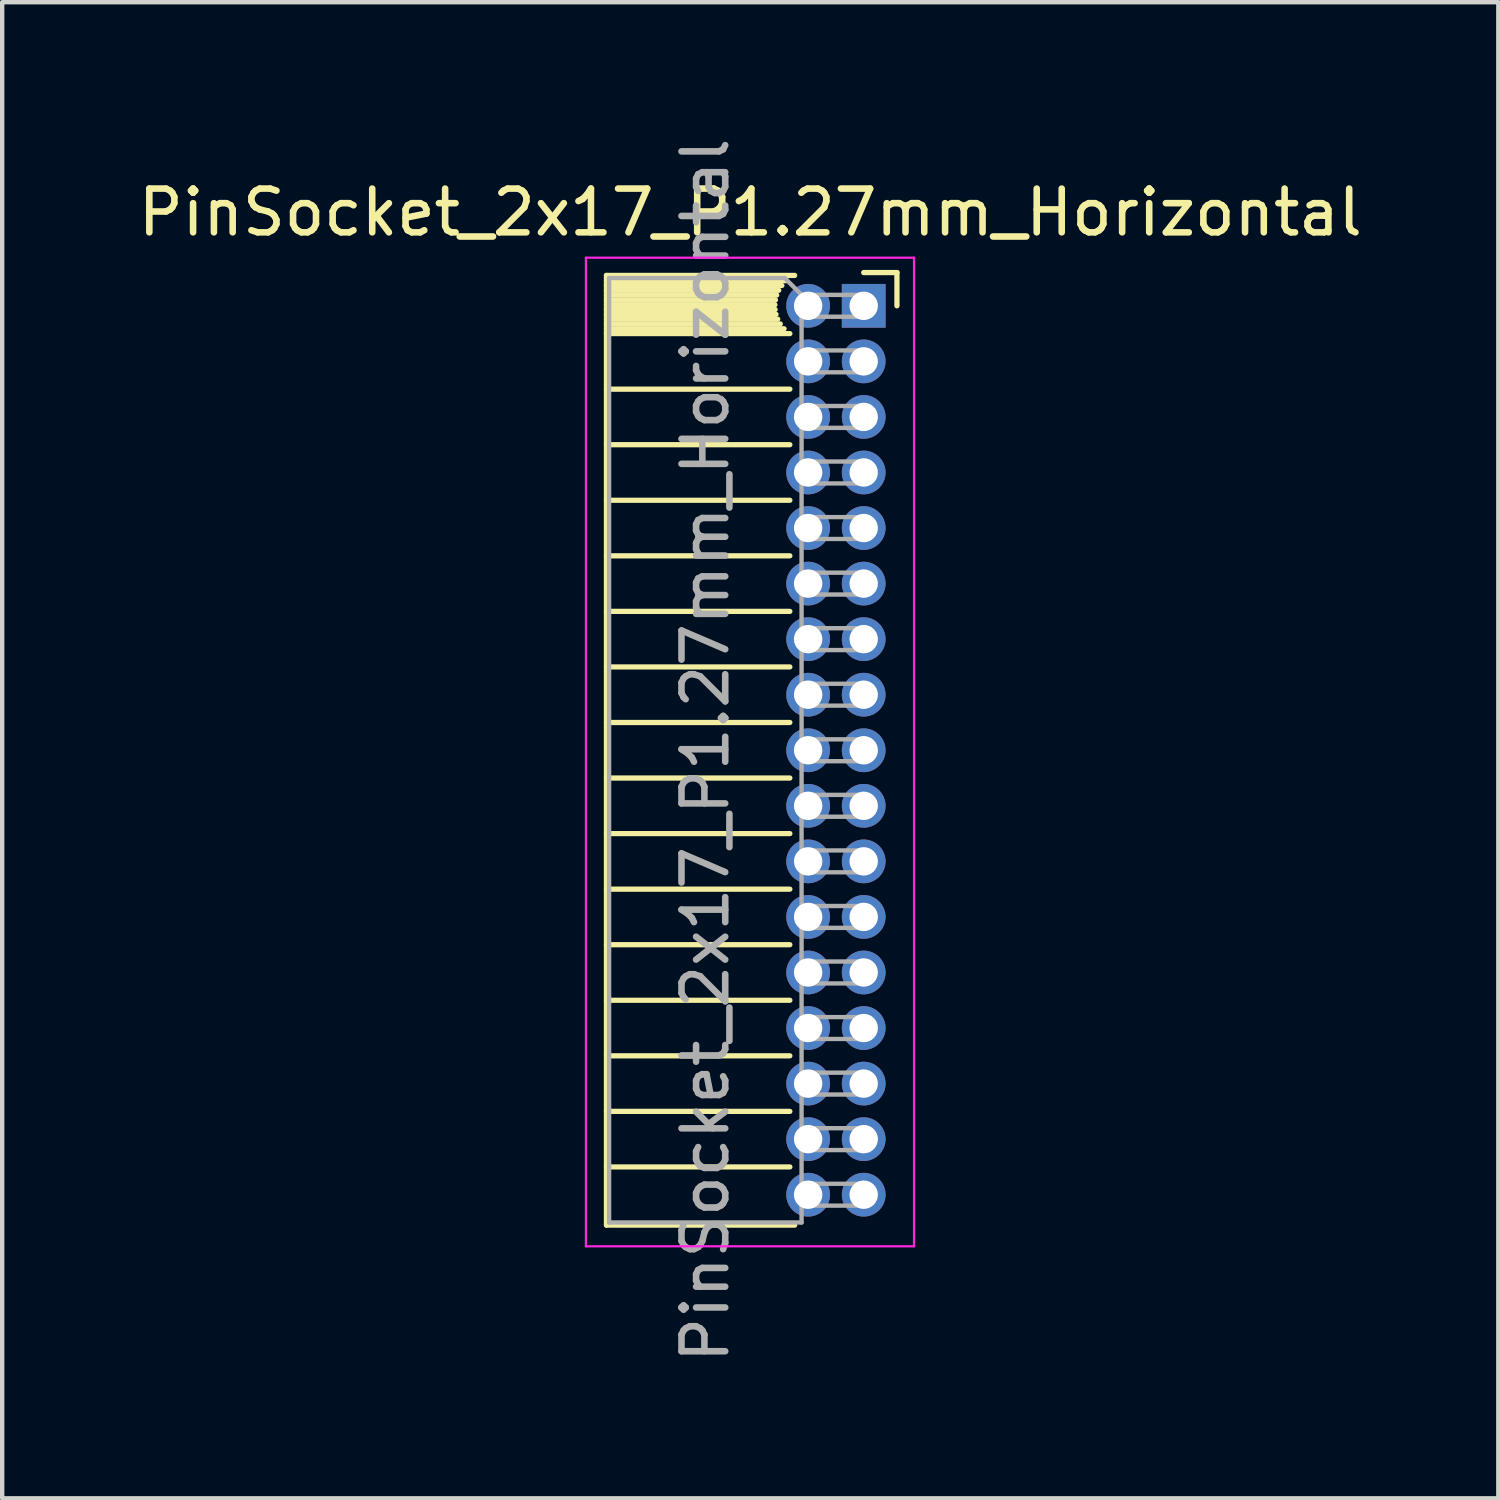
<source format=kicad_pcb>
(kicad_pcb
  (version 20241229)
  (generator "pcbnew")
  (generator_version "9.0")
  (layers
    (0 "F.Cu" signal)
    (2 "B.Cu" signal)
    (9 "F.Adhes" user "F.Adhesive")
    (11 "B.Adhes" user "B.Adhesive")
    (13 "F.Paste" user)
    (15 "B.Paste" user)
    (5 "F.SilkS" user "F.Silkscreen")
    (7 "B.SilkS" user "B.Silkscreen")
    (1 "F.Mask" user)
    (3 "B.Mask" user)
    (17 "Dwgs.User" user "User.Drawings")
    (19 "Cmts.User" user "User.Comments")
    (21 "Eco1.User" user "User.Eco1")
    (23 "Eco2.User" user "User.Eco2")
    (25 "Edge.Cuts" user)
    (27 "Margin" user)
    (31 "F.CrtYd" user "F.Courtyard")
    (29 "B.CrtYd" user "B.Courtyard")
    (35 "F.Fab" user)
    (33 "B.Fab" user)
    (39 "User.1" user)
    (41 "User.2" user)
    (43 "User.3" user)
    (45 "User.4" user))
  (footprint "PinSocket_2x17_P1.27mm_Horizontal"
    (layer "F.Cu")
    (at 16.694 3.941)
    (property "Reference" "PinSocket_2x17_P1.27mm_Horizontal" (at -2.592 -2.135 0) (layer "F.SilkS") (effects (font (size 1 1) (thickness 0.15))))
    (attr through_hole)
    (fp_line (start -5.88 -0.695) (end -5.88 21.015) (stroke (width 0.12) (type solid)) (layer "F.SilkS"))
    (fp_line (start -5.88 -0.695) (end -1.578 -0.695) (stroke (width 0.12) (type solid)) (layer "F.SilkS"))
    (fp_line (start -5.88 -0.575) (end -1.767 -0.575) (stroke (width 0.12) (type solid)) (layer "F.SilkS"))
    (fp_line (start -5.88 -0.465) (end -1.871 -0.465) (stroke (width 0.12) (type solid)) (layer "F.SilkS"))
    (fp_line (start -5.88 -0.355) (end -1.942 -0.355) (stroke (width 0.12) (type solid)) (layer "F.SilkS"))
    (fp_line (start -5.88 -0.245) (end -1.989 -0.245) (stroke (width 0.12) (type solid)) (layer "F.SilkS"))
    (fp_line (start -5.88 -0.135) (end -2.018 -0.135) (stroke (width 0.12) (type solid)) (layer "F.SilkS"))
    (fp_line (start -5.88 -0.025) (end -2.03 -0.025) (stroke (width 0.12) (type solid)) (layer "F.SilkS"))
    (fp_line (start -5.88 0.085) (end -2.025 0.085) (stroke (width 0.12) (type solid)) (layer "F.SilkS"))
    (fp_line (start -5.88 0.195) (end -2.005 0.195) (stroke (width 0.12) (type solid)) (layer "F.SilkS"))
    (fp_line (start -5.88 0.305) (end -1.966 0.305) (stroke (width 0.12) (type solid)) (layer "F.SilkS"))
    (fp_line (start -5.88 0.415) (end -1.907 0.415) (stroke (width 0.12) (type solid)) (layer "F.SilkS"))
    (fp_line (start -5.88 0.525) (end -1.82 0.525) (stroke (width 0.12) (type solid)) (layer "F.SilkS"))
    (fp_line (start -5.88 0.635) (end -1.688 0.635) (stroke (width 0.12) (type solid)) (layer "F.SilkS"))
    (fp_line (start -5.88 1.905) (end -1.688 1.905) (stroke (width 0.12) (type solid)) (layer "F.SilkS"))
    (fp_line (start -5.88 3.175) (end -1.688 3.175) (stroke (width 0.12) (type solid)) (layer "F.SilkS"))
    (fp_line (start -5.88 4.445) (end -1.688 4.445) (stroke (width 0.12) (type solid)) (layer "F.SilkS"))
    (fp_line (start -5.88 5.715) (end -1.688 5.715) (stroke (width 0.12) (type solid)) (layer "F.SilkS"))
    (fp_line (start -5.88 6.985) (end -1.688 6.985) (stroke (width 0.12) (type solid)) (layer "F.SilkS"))
    (fp_line (start -5.88 8.255) (end -1.688 8.255) (stroke (width 0.12) (type solid)) (layer "F.SilkS"))
    (fp_line (start -5.88 9.525) (end -1.688 9.525) (stroke (width 0.12) (type solid)) (layer "F.SilkS"))
    (fp_line (start -5.88 10.795) (end -1.688 10.795) (stroke (width 0.12) (type solid)) (layer "F.SilkS"))
    (fp_line (start -5.88 12.065) (end -1.688 12.065) (stroke (width 0.12) (type solid)) (layer "F.SilkS"))
    (fp_line (start -5.88 13.335) (end -1.688 13.335) (stroke (width 0.12) (type solid)) (layer "F.SilkS"))
    (fp_line (start -5.88 14.605) (end -1.688 14.605) (stroke (width 0.12) (type solid)) (layer "F.SilkS"))
    (fp_line (start -5.88 15.875) (end -1.688 15.875) (stroke (width 0.12) (type solid)) (layer "F.SilkS"))
    (fp_line (start -5.88 17.145) (end -1.688 17.145) (stroke (width 0.12) (type solid)) (layer "F.SilkS"))
    (fp_line (start -5.88 18.415) (end -1.688 18.415) (stroke (width 0.12) (type solid)) (layer "F.SilkS"))
    (fp_line (start -5.88 19.685) (end -1.688 19.685) (stroke (width 0.12) (type solid)) (layer "F.SilkS"))
    (fp_line (start -5.88 21.015) (end -1.578 21.015) (stroke (width 0.12) (type solid)) (layer "F.SilkS"))
    (fp_line (start 0 -0.76) (end 0.76 -0.76) (stroke (width 0.12) (type solid)) (layer "F.SilkS"))
    (fp_line (start 0.76 -0.76) (end 0.76 0) (stroke (width 0.12) (type solid)) (layer "F.SilkS"))
    (fp_line (start -6.35 -1.1) (end -6.35 21.5) (stroke (width 0.05) (type solid)) (layer "F.CrtYd"))
    (fp_line (start -6.35 21.5) (end 1.15 21.5) (stroke (width 0.05) (type solid)) (layer "F.CrtYd"))
    (fp_line (start 1.15 -1.1) (end -6.35 -1.1) (stroke (width 0.05) (type solid)) (layer "F.CrtYd"))
    (fp_line (start 1.15 21.5) (end 1.15 -1.1) (stroke (width 0.05) (type solid)) (layer "F.CrtYd"))
    (fp_line (start -5.82 -0.635) (end -1.805 -0.635) (stroke (width 0.1) (type solid)) (layer "F.Fab"))
    (fp_line (start -5.82 20.955) (end -5.82 -0.635) (stroke (width 0.1) (type solid)) (layer "F.Fab"))
    (fp_line (start -1.805 -0.635) (end -1.42 -0.25) (stroke (width 0.1) (type solid)) (layer "F.Fab"))
    (fp_line (start -1.42 -0.25) (end -1.42 20.955) (stroke (width 0.1) (type solid)) (layer "F.Fab"))
    (fp_line (start -1.42 0.25) (end 0 0.25) (stroke (width 0.1) (type solid)) (layer "F.Fab"))
    (fp_line (start -1.42 1.52) (end 0 1.52) (stroke (width 0.1) (type solid)) (layer "F.Fab"))
    (fp_line (start -1.42 2.79) (end 0 2.79) (stroke (width 0.1) (type solid)) (layer "F.Fab"))
    (fp_line (start -1.42 4.06) (end 0 4.06) (stroke (width 0.1) (type solid)) (layer "F.Fab"))
    (fp_line (start -1.42 5.33) (end 0 5.33) (stroke (width 0.1) (type solid)) (layer "F.Fab"))
    (fp_line (start -1.42 6.6) (end 0 6.6) (stroke (width 0.1) (type solid)) (layer "F.Fab"))
    (fp_line (start -1.42 7.87) (end 0 7.87) (stroke (width 0.1) (type solid)) (layer "F.Fab"))
    (fp_line (start -1.42 9.14) (end 0 9.14) (stroke (width 0.1) (type solid)) (layer "F.Fab"))
    (fp_line (start -1.42 10.41) (end 0 10.41) (stroke (width 0.1) (type solid)) (layer "F.Fab"))
    (fp_line (start -1.42 11.68) (end 0 11.68) (stroke (width 0.1) (type solid)) (layer "F.Fab"))
    (fp_line (start -1.42 12.95) (end 0 12.95) (stroke (width 0.1) (type solid)) (layer "F.Fab"))
    (fp_line (start -1.42 14.22) (end 0 14.22) (stroke (width 0.1) (type solid)) (layer "F.Fab"))
    (fp_line (start -1.42 15.49) (end 0 15.49) (stroke (width 0.1) (type solid)) (layer "F.Fab"))
    (fp_line (start -1.42 16.76) (end 0 16.76) (stroke (width 0.1) (type solid)) (layer "F.Fab"))
    (fp_line (start -1.42 18.03) (end 0 18.03) (stroke (width 0.1) (type solid)) (layer "F.Fab"))
    (fp_line (start -1.42 19.3) (end 0 19.3) (stroke (width 0.1) (type solid)) (layer "F.Fab"))
    (fp_line (start -1.42 20.57) (end 0 20.57) (stroke (width 0.1) (type solid)) (layer "F.Fab"))
    (fp_line (start -1.42 20.955) (end -5.82 20.955) (stroke (width 0.1) (type solid)) (layer "F.Fab"))
    (fp_line (start 0 -0.25) (end -1.42 -0.25) (stroke (width 0.1) (type solid)) (layer "F.Fab"))
    (fp_line (start 0 0.25) (end 0 -0.25) (stroke (width 0.1) (type solid)) (layer "F.Fab"))
    (fp_line (start 0 1.02) (end -1.42 1.02) (stroke (width 0.1) (type solid)) (layer "F.Fab"))
    (fp_line (start 0 1.52) (end 0 1.02) (stroke (width 0.1) (type solid)) (layer "F.Fab"))
    (fp_line (start 0 2.29) (end -1.42 2.29) (stroke (width 0.1) (type solid)) (layer "F.Fab"))
    (fp_line (start 0 2.79) (end 0 2.29) (stroke (width 0.1) (type solid)) (layer "F.Fab"))
    (fp_line (start 0 3.56) (end -1.42 3.56) (stroke (width 0.1) (type solid)) (layer "F.Fab"))
    (fp_line (start 0 4.06) (end 0 3.56) (stroke (width 0.1) (type solid)) (layer "F.Fab"))
    (fp_line (start 0 4.83) (end -1.42 4.83) (stroke (width 0.1) (type solid)) (layer "F.Fab"))
    (fp_line (start 0 5.33) (end 0 4.83) (stroke (width 0.1) (type solid)) (layer "F.Fab"))
    (fp_line (start 0 6.1) (end -1.42 6.1) (stroke (width 0.1) (type solid)) (layer "F.Fab"))
    (fp_line (start 0 6.6) (end 0 6.1) (stroke (width 0.1) (type solid)) (layer "F.Fab"))
    (fp_line (start 0 7.37) (end -1.42 7.37) (stroke (width 0.1) (type solid)) (layer "F.Fab"))
    (fp_line (start 0 7.87) (end 0 7.37) (stroke (width 0.1) (type solid)) (layer "F.Fab"))
    (fp_line (start 0 8.64) (end -1.42 8.64) (stroke (width 0.1) (type solid)) (layer "F.Fab"))
    (fp_line (start 0 9.14) (end 0 8.64) (stroke (width 0.1) (type solid)) (layer "F.Fab"))
    (fp_line (start 0 9.91) (end -1.42 9.91) (stroke (width 0.1) (type solid)) (layer "F.Fab"))
    (fp_line (start 0 10.41) (end 0 9.91) (stroke (width 0.1) (type solid)) (layer "F.Fab"))
    (fp_line (start 0 11.18) (end -1.42 11.18) (stroke (width 0.1) (type solid)) (layer "F.Fab"))
    (fp_line (start 0 11.68) (end 0 11.18) (stroke (width 0.1) (type solid)) (layer "F.Fab"))
    (fp_line (start 0 12.45) (end -1.42 12.45) (stroke (width 0.1) (type solid)) (layer "F.Fab"))
    (fp_line (start 0 12.95) (end 0 12.45) (stroke (width 0.1) (type solid)) (layer "F.Fab"))
    (fp_line (start 0 13.72) (end -1.42 13.72) (stroke (width 0.1) (type solid)) (layer "F.Fab"))
    (fp_line (start 0 14.22) (end 0 13.72) (stroke (width 0.1) (type solid)) (layer "F.Fab"))
    (fp_line (start 0 14.99) (end -1.42 14.99) (stroke (width 0.1) (type solid)) (layer "F.Fab"))
    (fp_line (start 0 15.49) (end 0 14.99) (stroke (width 0.1) (type solid)) (layer "F.Fab"))
    (fp_line (start 0 16.26) (end -1.42 16.26) (stroke (width 0.1) (type solid)) (layer "F.Fab"))
    (fp_line (start 0 16.76) (end 0 16.26) (stroke (width 0.1) (type solid)) (layer "F.Fab"))
    (fp_line (start 0 17.53) (end -1.42 17.53) (stroke (width 0.1) (type solid)) (layer "F.Fab"))
    (fp_line (start 0 18.03) (end 0 17.53) (stroke (width 0.1) (type solid)) (layer "F.Fab"))
    (fp_line (start 0 18.8) (end -1.42 18.8) (stroke (width 0.1) (type solid)) (layer "F.Fab"))
    (fp_line (start 0 19.3) (end 0 18.8) (stroke (width 0.1) (type solid)) (layer "F.Fab"))
    (fp_line (start 0 20.07) (end -1.42 20.07) (stroke (width 0.1) (type solid)) (layer "F.Fab"))
    (fp_line (start 0 20.57) (end 0 20.07) (stroke (width 0.1) (type solid)) (layer "F.Fab"))
    (fp_text user "${REFERENCE}" (at -3.62 10.16 90) (layer "F.Fab") (effects (font (size 1 1) (thickness 0.15))))
    (pad "1" thru_hole rect (at 0 0) (size 1 1) (drill 0.65) (layers "*.Cu" "*.Mask"))
    (pad "2" thru_hole oval (at -1.27 0) (size 1 1) (drill 0.65) (layers "*.Cu" "*.Mask"))
    (pad "3" thru_hole oval (at 0 1.27) (size 1 1) (drill 0.65) (layers "*.Cu" "*.Mask"))
    (pad "4" thru_hole oval (at -1.27 1.27) (size 1 1) (drill 0.65) (layers "*.Cu" "*.Mask"))
    (pad "5" thru_hole oval (at 0 2.54) (size 1 1) (drill 0.65) (layers "*.Cu" "*.Mask"))
    (pad "6" thru_hole oval (at -1.27 2.54) (size 1 1) (drill 0.65) (layers "*.Cu" "*.Mask"))
    (pad "7" thru_hole oval (at 0 3.81) (size 1 1) (drill 0.65) (layers "*.Cu" "*.Mask"))
    (pad "8" thru_hole oval (at -1.27 3.81) (size 1 1) (drill 0.65) (layers "*.Cu" "*.Mask"))
    (pad "9" thru_hole oval (at 0 5.08) (size 1 1) (drill 0.65) (layers "*.Cu" "*.Mask"))
    (pad "10" thru_hole oval (at -1.27 5.08) (size 1 1) (drill 0.65) (layers "*.Cu" "*.Mask"))
    (pad "11" thru_hole oval (at 0 6.35) (size 1 1) (drill 0.65) (layers "*.Cu" "*.Mask"))
    (pad "12" thru_hole oval (at -1.27 6.35) (size 1 1) (drill 0.65) (layers "*.Cu" "*.Mask"))
    (pad "13" thru_hole oval (at 0 7.62) (size 1 1) (drill 0.65) (layers "*.Cu" "*.Mask"))
    (pad "14" thru_hole oval (at -1.27 7.62) (size 1 1) (drill 0.65) (layers "*.Cu" "*.Mask"))
    (pad "15" thru_hole oval (at 0 8.89) (size 1 1) (drill 0.65) (layers "*.Cu" "*.Mask"))
    (pad "16" thru_hole oval (at -1.27 8.89) (size 1 1) (drill 0.65) (layers "*.Cu" "*.Mask"))
    (pad "17" thru_hole oval (at 0 10.16) (size 1 1) (drill 0.65) (layers "*.Cu" "*.Mask"))
    (pad "18" thru_hole oval (at -1.27 10.16) (size 1 1) (drill 0.65) (layers "*.Cu" "*.Mask"))
    (pad "19" thru_hole oval (at 0 11.43) (size 1 1) (drill 0.65) (layers "*.Cu" "*.Mask"))
    (pad "20" thru_hole oval (at -1.27 11.43) (size 1 1) (drill 0.65) (layers "*.Cu" "*.Mask"))
    (pad "21" thru_hole oval (at 0 12.7) (size 1 1) (drill 0.65) (layers "*.Cu" "*.Mask"))
    (pad "22" thru_hole oval (at -1.27 12.7) (size 1 1) (drill 0.65) (layers "*.Cu" "*.Mask"))
    (pad "23" thru_hole oval (at 0 13.97) (size 1 1) (drill 0.65) (layers "*.Cu" "*.Mask"))
    (pad "24" thru_hole oval (at -1.27 13.97) (size 1 1) (drill 0.65) (layers "*.Cu" "*.Mask"))
    (pad "25" thru_hole oval (at 0 15.24) (size 1 1) (drill 0.65) (layers "*.Cu" "*.Mask"))
    (pad "26" thru_hole oval (at -1.27 15.24) (size 1 1) (drill 0.65) (layers "*.Cu" "*.Mask"))
    (pad "27" thru_hole oval (at 0 16.51) (size 1 1) (drill 0.65) (layers "*.Cu" "*.Mask"))
    (pad "28" thru_hole oval (at -1.27 16.51) (size 1 1) (drill 0.65) (layers "*.Cu" "*.Mask"))
    (pad "29" thru_hole oval (at 0 17.78) (size 1 1) (drill 0.65) (layers "*.Cu" "*.Mask"))
    (pad "30" thru_hole oval (at -1.27 17.78) (size 1 1) (drill 0.65) (layers "*.Cu" "*.Mask"))
    (pad "31" thru_hole oval (at 0 19.05) (size 1 1) (drill 0.65) (layers "*.Cu" "*.Mask"))
    (pad "32" thru_hole oval (at -1.27 19.05) (size 1 1) (drill 0.65) (layers "*.Cu" "*.Mask"))
    (pad "33" thru_hole oval (at 0 20.32) (size 1 1) (drill 0.65) (layers "*.Cu" "*.Mask"))
    (pad "34" thru_hole oval (at -1.27 20.32) (size 1 1) (drill 0.65) (layers "*.Cu" "*.Mask")))
  (gr_rect
    (start -3 -3)
    (end 31.202 31.202)
    (stroke (width 0.1) (type default))
    (fill no)
    (layer "Edge.Cuts")))
</source>
